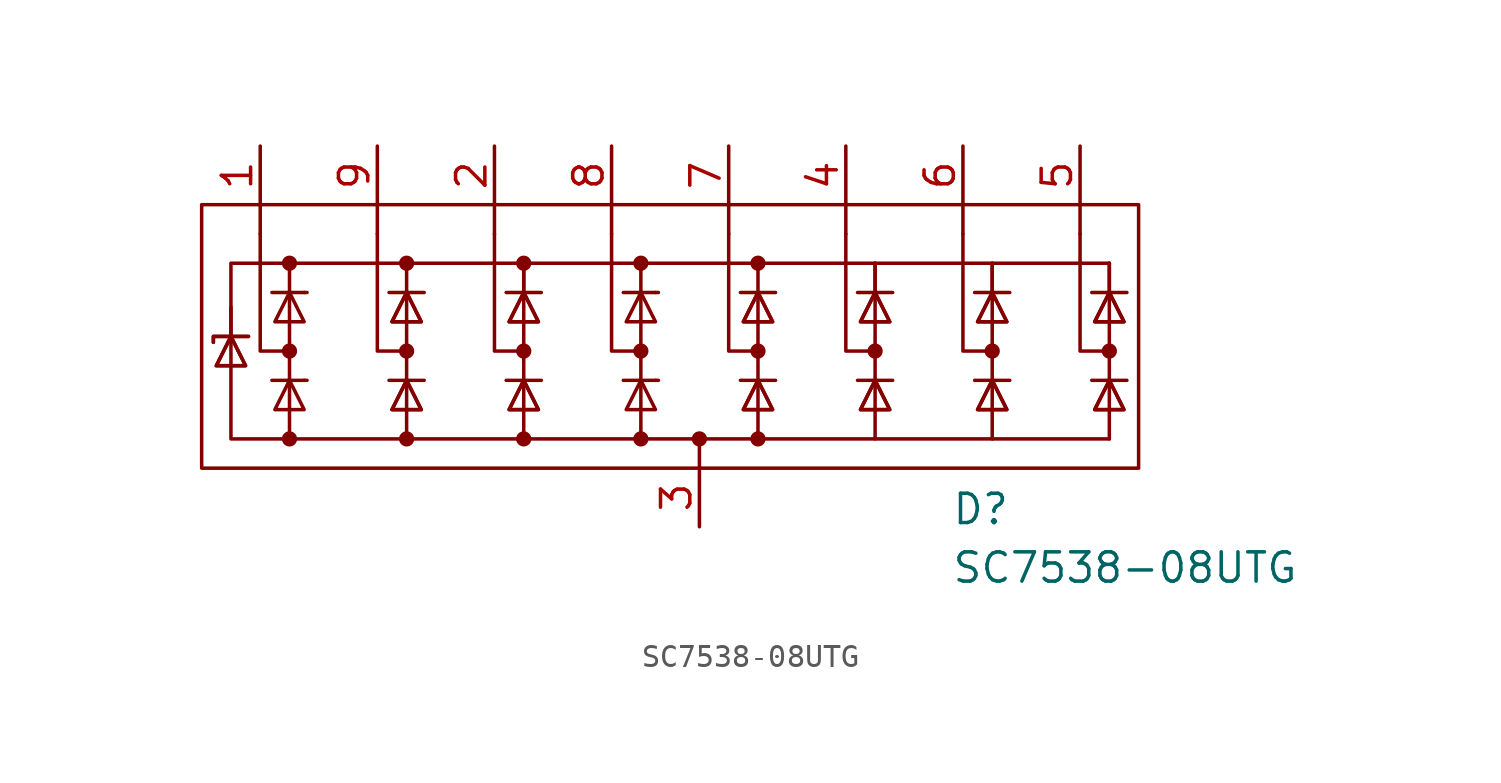
<source format=kicad_sym>
(kicad_symbol_lib
  (version 20231120)
  (generator "kicad_symbol_editor")
  (generator_version "8.0")
  (symbol "SC7538-08UTG"
    (pin_names hide)
    (property "Reference" "D"
      (at 16.002 -6.858 0)
      (effects (font (size 1.27 1.27)) (justify left)))
    (property "Value" "SC7538-08UTG"
      (at 16.002 -9.398 0)
      (effects (font (size 1.27 1.27)) (justify left)))
    (symbol "SC7538-08UTG_0_0"
      (rectangle (start -16.51 6.35) (end 24.13 -5.08) (stroke (width 0) (type default)) (fill (type none)))
      (polyline (pts (xy -13.97 5.08) (xy -13.97 6.35)) (stroke (width 0) (type default)) (fill (type none)))
      (polyline (pts (xy -8.89 5.08) (xy -8.89 6.35)) (stroke (width 0) (type default)) (fill (type none)))
      (polyline (pts (xy -7.62 -1.27) (xy -7.62 -3.81)) (stroke (width 0) (type default)) (fill (type none)))
      (polyline (pts (xy -3.81 5.08) (xy -3.81 6.35)) (stroke (width 0) (type default)) (fill (type none)))
      (polyline (pts (xy -2.54 -3.81) (xy -2.54 -1.27)) (stroke (width 0) (type default)) (fill (type none)))
      (polyline (pts (xy 1.27 5.08) (xy 1.27 6.35)) (stroke (width 0) (type default)) (fill (type none)))
      (polyline (pts (xy 5.08 -3.81) (xy 5.08 -5.08)) (stroke (width 0) (type default)) (fill (type none)))
      (polyline (pts (xy 6.35 5.08) (xy 6.35 6.35)) (stroke (width 0) (type default)) (fill (type none)))
      (polyline (pts (xy 7.62 -1.27) (xy 7.62 -3.81)) (stroke (width 0) (type default)) (fill (type none)))
      (polyline (pts (xy 11.43 5.08) (xy 11.43 6.35)) (stroke (width 0) (type default)) (fill (type none)))
      (polyline (pts (xy 12.7 -3.81) (xy 12.7 -1.27)) (stroke (width 0) (type default)) (fill (type none)))
      (polyline (pts (xy 16.51 5.08) (xy 16.51 6.35)) (stroke (width 0) (type default)) (fill (type none)))
      (polyline (pts (xy 17.78 -3.81) (xy 17.78 -1.27)) (stroke (width 0) (type default)) (fill (type none)))
      (polyline (pts (xy 21.59 5.08) (xy 21.59 6.35)) (stroke (width 0) (type default)) (fill (type none)))
      (polyline (pts (xy 22.86 -3.81) (xy 22.86 -1.27)) (stroke (width 0) (type default)) (fill (type none)))
      (polyline (pts (xy 22.86 -3.81) (xy -15.24 -3.81) (xy -15.24 3.81) (xy 22.86 3.81)) (stroke (width 0) (type default)) (fill (type none))))
    (symbol "SC7538-08UTG_0_1"
      (circle (center -12.7 -3.81) (radius 0.254) (stroke (width 0) (type default)) (fill (type outline)))
      (circle (center -12.7 0) (radius 0.254) (stroke (width 0) (type default)) (fill (type outline)))
      (circle (center -12.7 3.81) (radius 0.254) (stroke (width 0) (type default)) (fill (type outline)))
      (circle (center -7.62 -3.81) (radius 0.254) (stroke (width 0) (type default)) (fill (type outline)))
      (circle (center -7.62 0) (radius 0.254) (stroke (width 0) (type default)) (fill (type outline)))
      (circle (center -7.62 3.81) (radius 0.254) (stroke (width 0) (type default)) (fill (type outline)))
      (circle (center -2.54 -3.81) (radius 0.254) (stroke (width 0) (type default)) (fill (type outline)))
      (circle (center -2.54 0) (radius 0.254) (stroke (width 0) (type default)) (fill (type outline)))
      (circle (center -2.54 3.81) (radius 0.254) (stroke (width 0) (type default)) (fill (type outline)))
      (polyline (pts (xy -15.24 1.905) (xy -15.24 0.635)) (stroke (width 0) (type default)) (fill (type none)))
      (polyline (pts (xy -12.7 -3.81) (xy -12.7 2.54)) (stroke (width 0) (type default)) (fill (type none)))
      (polyline (pts (xy -12.7 3.81) (xy -12.7 2.54)) (stroke (width 0) (type default)) (fill (type none)))
      (polyline (pts (xy -12.065 -1.27) (xy -13.462 -1.27)) (stroke (width 0) (type default)) (fill (type none)))
      (polyline (pts (xy -12.065 -1.27) (xy -11.938 -1.27)) (stroke (width 0) (type default)) (fill (type none)))
      (polyline (pts (xy -12.065 2.54) (xy -13.462 2.54)) (stroke (width 0) (type default)) (fill (type none)))
      (polyline (pts (xy -12.065 2.54) (xy -11.938 2.54)) (stroke (width 0) (type default)) (fill (type none)))
      (polyline (pts (xy -7.62 2.54) (xy -7.62 -1.27)) (stroke (width 0) (type default)) (fill (type none)))
      (polyline (pts (xy -7.62 3.81) (xy -7.62 2.54)) (stroke (width 0) (type default)) (fill (type none)))
      (polyline (pts (xy -2.54 2.54) (xy -2.54 -1.27)) (stroke (width 0) (type default)) (fill (type none)))
      (polyline (pts (xy -2.54 3.81) (xy -2.54 2.54)) (stroke (width 0) (type default)) (fill (type none)))
      (polyline (pts (xy -2.54 3.81) (xy -2.54 2.54)) (stroke (width 0) (type default)) (fill (type none)))
      (polyline (pts (xy 2.54 -3.81) (xy 2.54 2.54)) (stroke (width 0) (type default)) (fill (type none)))
      (polyline (pts (xy 2.54 3.81) (xy 2.54 2.54)) (stroke (width 0) (type default)) (fill (type none)))
      (polyline (pts (xy 3.175 -1.27) (xy 1.778 -1.27)) (stroke (width 0) (type default)) (fill (type none)))
      (polyline (pts (xy 3.175 -1.27) (xy 3.302 -1.27)) (stroke (width 0) (type default)) (fill (type none)))
      (polyline (pts (xy 3.175 2.54) (xy 1.778 2.54)) (stroke (width 0) (type default)) (fill (type none)))
      (polyline (pts (xy 3.175 2.54) (xy 3.302 2.54)) (stroke (width 0) (type default)) (fill (type none)))
      (polyline (pts (xy 7.62 2.54) (xy 7.62 -1.27)) (stroke (width 0) (type default)) (fill (type none)))
      (polyline (pts (xy 7.62 3.81) (xy 7.62 2.54)) (stroke (width 0) (type default)) (fill (type none)))
      (polyline (pts (xy 12.7 2.54) (xy 12.7 -1.27)) (stroke (width 0) (type default)) (fill (type none)))
      (polyline (pts (xy 12.7 3.81) (xy 12.7 2.54)) (stroke (width 0) (type default)) (fill (type none)))
      (polyline (pts (xy 12.7 3.81) (xy 12.7 2.54)) (stroke (width 0) (type default)) (fill (type none)))
      (polyline (pts (xy 17.78 2.54) (xy 17.78 -1.27)) (stroke (width 0) (type default)) (fill (type none)))
      (polyline (pts (xy 17.78 3.81) (xy 17.78 2.54)) (stroke (width 0) (type default)) (fill (type none)))
      (polyline (pts (xy 17.78 3.81) (xy 17.78 2.54)) (stroke (width 0) (type default)) (fill (type none)))
      (polyline (pts (xy 22.86 2.54) (xy 22.86 -1.27)) (stroke (width 0) (type default)) (fill (type none)))
      (polyline (pts (xy 22.86 3.81) (xy 22.86 2.54)) (stroke (width 0) (type default)) (fill (type none)))
      (polyline (pts (xy 22.86 3.81) (xy 22.86 2.54)) (stroke (width 0) (type default)) (fill (type none)))
      (polyline (pts (xy -13.97 5.08) (xy -13.97 0) (xy -12.7 0)) (stroke (width 0) (type default)) (fill (type none)))
      (polyline (pts (xy -8.89 5.08) (xy -8.89 0) (xy -7.62 0)) (stroke (width 0) (type default)) (fill (type none)))
      (polyline (pts (xy -8.382 -1.27) (xy -6.985 -1.27) (xy -6.858 -1.27)) (stroke (width 0) (type default)) (fill (type none)))
      (polyline (pts (xy -8.382 2.54) (xy -6.985 2.54) (xy -6.858 2.54)) (stroke (width 0) (type default)) (fill (type none)))
      (polyline (pts (xy -3.81 5.08) (xy -3.81 0) (xy -2.54 0)) (stroke (width 0) (type default)) (fill (type none)))
      (polyline (pts (xy -3.302 -1.27) (xy -1.905 -1.27) (xy -1.778 -1.27)) (stroke (width 0) (type default)) (fill (type none)))
      (polyline (pts (xy -3.302 2.54) (xy -1.905 2.54) (xy -1.778 2.54)) (stroke (width 0) (type default)) (fill (type none)))
      (polyline (pts (xy 1.27 5.08) (xy 1.27 0) (xy 2.54 0)) (stroke (width 0) (type default)) (fill (type none)))
      (polyline (pts (xy 6.35 5.08) (xy 6.35 0) (xy 7.62 0)) (stroke (width 0) (type default)) (fill (type none)))
      (polyline (pts (xy 6.858 -1.27) (xy 8.255 -1.27) (xy 8.382 -1.27)) (stroke (width 0) (type default)) (fill (type none)))
      (polyline (pts (xy 6.858 2.54) (xy 8.255 2.54) (xy 8.382 2.54)) (stroke (width 0) (type default)) (fill (type none)))
      (polyline (pts (xy 11.43 5.08) (xy 11.43 0) (xy 12.7 0)) (stroke (width 0) (type default)) (fill (type none)))
      (polyline (pts (xy 11.938 -1.27) (xy 13.335 -1.27) (xy 13.462 -1.27)) (stroke (width 0) (type default)) (fill (type none)))
      (polyline (pts (xy 11.938 2.54) (xy 13.335 2.54) (xy 13.462 2.54)) (stroke (width 0) (type default)) (fill (type none)))
      (polyline (pts (xy 16.51 5.08) (xy 16.51 0) (xy 17.78 0)) (stroke (width 0) (type default)) (fill (type none)))
      (polyline (pts (xy 17.018 -1.27) (xy 18.415 -1.27) (xy 18.542 -1.27)) (stroke (width 0) (type default)) (fill (type none)))
      (polyline (pts (xy 17.018 2.54) (xy 18.415 2.54) (xy 18.542 2.54)) (stroke (width 0) (type default)) (fill (type none)))
      (polyline (pts (xy 21.59 5.08) (xy 21.59 0) (xy 22.86 0)) (stroke (width 0) (type default)) (fill (type none)))
      (polyline (pts (xy 22.098 -1.27) (xy 23.495 -1.27) (xy 23.622 -1.27)) (stroke (width 0) (type default)) (fill (type none)))
      (polyline (pts (xy 22.098 2.54) (xy 23.495 2.54) (xy 23.622 2.54)) (stroke (width 0) (type default)) (fill (type none)))
      (polyline (pts (xy -16.002 0.381) (xy -16.002 0.635) (xy -14.605 0.635) (xy -14.478 0.635)) (stroke (width 0) (type default)) (fill (type none)))
      (polyline (pts (xy -16.002 0.381) (xy -16.002 0.635) (xy -14.605 0.635) (xy -14.478 0.635)) (stroke (width 0) (type default)) (fill (type none)))
      (polyline (pts (xy -15.24 0.635) (xy -14.605 -0.635) (xy -15.875 -0.635) (xy -15.24 0.635)) (stroke (width 0) (type default)) (fill (type none)))
      (polyline (pts (xy -15.24 0.635) (xy -14.605 -0.635) (xy -15.875 -0.635) (xy -15.24 0.635)) (stroke (width 0) (type default)) (fill (type none)))
      (polyline (pts (xy -12.065 -2.54) (xy -13.335 -2.54) (xy -12.7 -1.27) (xy -12.065 -2.54)) (stroke (width 0) (type default)) (fill (type none)))
      (polyline (pts (xy -12.065 1.27) (xy -13.335 1.27) (xy -12.7 2.54) (xy -12.065 1.27)) (stroke (width 0) (type default)) (fill (type none)))
      (polyline (pts (xy -7.62 -1.27) (xy -8.255 -2.54) (xy -6.985 -2.54) (xy -7.62 -1.27)) (stroke (width 0) (type default)) (fill (type none)))
      (polyline (pts (xy -7.62 -1.27) (xy -8.255 -2.54) (xy -6.985 -2.54) (xy -7.62 -1.27)) (stroke (width 0) (type default)) (fill (type none)))
      (polyline (pts (xy -7.62 2.54) (xy -8.255 1.27) (xy -6.985 1.27) (xy -7.62 2.54)) (stroke (width 0) (type default)) (fill (type none)))
      (polyline (pts (xy -7.62 2.54) (xy -8.255 1.27) (xy -6.985 1.27) (xy -7.62 2.54)) (stroke (width 0) (type default)) (fill (type none)))
      (polyline (pts (xy -2.54 -1.27) (xy -3.175 -2.54) (xy -1.905 -2.54) (xy -2.54 -1.27)) (stroke (width 0) (type default)) (fill (type none)))
      (polyline (pts (xy -2.54 -1.27) (xy -3.175 -2.54) (xy -1.905 -2.54) (xy -2.54 -1.27)) (stroke (width 0) (type default)) (fill (type none)))
      (polyline (pts (xy -2.54 2.54) (xy -3.175 1.27) (xy -1.905 1.27) (xy -2.54 2.54)) (stroke (width 0) (type default)) (fill (type none)))
      (polyline (pts (xy -2.54 2.54) (xy -3.175 1.27) (xy -1.905 1.27) (xy -2.54 2.54)) (stroke (width 0) (type default)) (fill (type none)))
      (polyline (pts (xy 3.175 -2.54) (xy 1.905 -2.54) (xy 2.54 -1.27) (xy 3.175 -2.54)) (stroke (width 0) (type default)) (fill (type none)))
      (polyline (pts (xy 3.175 1.27) (xy 1.905 1.27) (xy 2.54 2.54) (xy 3.175 1.27)) (stroke (width 0) (type default)) (fill (type none)))
      (polyline (pts (xy 7.62 -1.27) (xy 6.985 -2.54) (xy 8.255 -2.54) (xy 7.62 -1.27)) (stroke (width 0) (type default)) (fill (type none)))
      (polyline (pts (xy 7.62 -1.27) (xy 6.985 -2.54) (xy 8.255 -2.54) (xy 7.62 -1.27)) (stroke (width 0) (type default)) (fill (type none)))
      (polyline (pts (xy 7.62 2.54) (xy 6.985 1.27) (xy 8.255 1.27) (xy 7.62 2.54)) (stroke (width 0) (type default)) (fill (type none)))
      (polyline (pts (xy 7.62 2.54) (xy 6.985 1.27) (xy 8.255 1.27) (xy 7.62 2.54)) (stroke (width 0) (type default)) (fill (type none)))
      (polyline (pts (xy 12.7 -1.27) (xy 12.065 -2.54) (xy 13.335 -2.54) (xy 12.7 -1.27)) (stroke (width 0) (type default)) (fill (type none)))
      (polyline (pts (xy 12.7 -1.27) (xy 12.065 -2.54) (xy 13.335 -2.54) (xy 12.7 -1.27)) (stroke (width 0) (type default)) (fill (type none)))
      (polyline (pts (xy 12.7 2.54) (xy 12.065 1.27) (xy 13.335 1.27) (xy 12.7 2.54)) (stroke (width 0) (type default)) (fill (type none)))
      (polyline (pts (xy 12.7 2.54) (xy 12.065 1.27) (xy 13.335 1.27) (xy 12.7 2.54)) (stroke (width 0) (type default)) (fill (type none)))
      (polyline (pts (xy 17.78 -1.27) (xy 17.145 -2.54) (xy 18.415 -2.54) (xy 17.78 -1.27)) (stroke (width 0) (type default)) (fill (type none)))
      (polyline (pts (xy 17.78 -1.27) (xy 17.145 -2.54) (xy 18.415 -2.54) (xy 17.78 -1.27)) (stroke (width 0) (type default)) (fill (type none)))
      (polyline (pts (xy 17.78 2.54) (xy 17.145 1.27) (xy 18.415 1.27) (xy 17.78 2.54)) (stroke (width 0) (type default)) (fill (type none)))
      (polyline (pts (xy 17.78 2.54) (xy 17.145 1.27) (xy 18.415 1.27) (xy 17.78 2.54)) (stroke (width 0) (type default)) (fill (type none)))
      (polyline (pts (xy 22.86 -1.27) (xy 22.225 -2.54) (xy 23.495 -2.54) (xy 22.86 -1.27)) (stroke (width 0) (type default)) (fill (type none)))
      (polyline (pts (xy 22.86 -1.27) (xy 22.225 -2.54) (xy 23.495 -2.54) (xy 22.86 -1.27)) (stroke (width 0) (type default)) (fill (type none)))
      (polyline (pts (xy 22.86 2.54) (xy 22.225 1.27) (xy 23.495 1.27) (xy 22.86 2.54)) (stroke (width 0) (type default)) (fill (type none)))
      (polyline (pts (xy 22.86 2.54) (xy 22.225 1.27) (xy 23.495 1.27) (xy 22.86 2.54)) (stroke (width 0) (type default)) (fill (type none)))
      (circle (center 2.54 -3.81) (radius 0.254) (stroke (width 0) (type default)) (fill (type outline)))
      (circle (center 2.54 0) (radius 0.254) (stroke (width 0) (type default)) (fill (type outline)))
      (circle (center 2.54 3.81) (radius 0.254) (stroke (width 0) (type default)) (fill (type outline)))
      (circle (center 5.08 -3.81) (radius 0.254) (stroke (width 0) (type default)) (fill (type outline)))
      (circle (center 7.62 -3.81) (radius 0.254) (stroke (width 0) (type default)) (fill (type outline)))
      (circle (center 7.62 0) (radius 0.254) (stroke (width 0) (type default)) (fill (type outline)))
      (circle (center 7.62 3.81) (radius 0.254) (stroke (width 0) (type default)) (fill (type outline)))
      (circle (center 12.7 0) (radius 0.254) (stroke (width 0) (type default)) (fill (type outline)))
      (circle (center 17.78 0) (radius 0.254) (stroke (width 0) (type default)) (fill (type outline)))
      (circle (center 22.86 0) (radius 0.254) (stroke (width 0) (type default)) (fill (type outline))))
    (symbol "SC7538-08UTG_1_0"
      (pin power_in line (at 5.08 -7.62 90) (length 2.54) (name "GND" (effects (font (size 1.27 1.27)))) (number "3" (effects (font (size 1.27 1.27))))))
    (symbol "SC7538-08UTG_1_1"
      (pin passive line (at -13.97 8.89 270) (length 2.54) (name "Ch1" (effects (font (size 1.27 1.27)))) (number "1" (effects (font (size 1.27 1.27)))))
      (pin passive line (at -3.81 8.89 270) (length 2.54) (name "Ch3" (effects (font (size 1.27 1.27)))) (number "2" (effects (font (size 1.27 1.27)))))
      (pin passive line (at 11.43 8.89 270) (length 2.54) (name "Ch6" (effects (font (size 1.27 1.27)))) (number "4" (effects (font (size 1.27 1.27)))))
      (pin passive line (at 21.59 8.89 270) (length 2.54) (name "Ch8" (effects (font (size 1.27 1.27)))) (number "5" (effects (font (size 1.27 1.27)))))
      (pin passive line (at 16.51 8.89 270) (length 2.54) (name "Ch7" (effects (font (size 1.27 1.27)))) (number "6" (effects (font (size 1.27 1.27)))))
      (pin passive line (at 6.35 8.89 270) (length 2.54) (name "Ch5" (effects (font (size 1.27 1.27)))) (number "7" (effects (font (size 1.27 1.27)))))
      (pin passive line (at 1.27 8.89 270) (length 2.54) (name "Ch4" (effects (font (size 1.27 1.27)))) (number "8" (effects (font (size 1.27 1.27)))))
      (pin passive line (at -8.89 8.89 270) (length 2.54) (name "Ch2" (effects (font (size 1.27 1.27)))) (number "9" (effects (font (size 1.27 1.27))))))))
</source>
